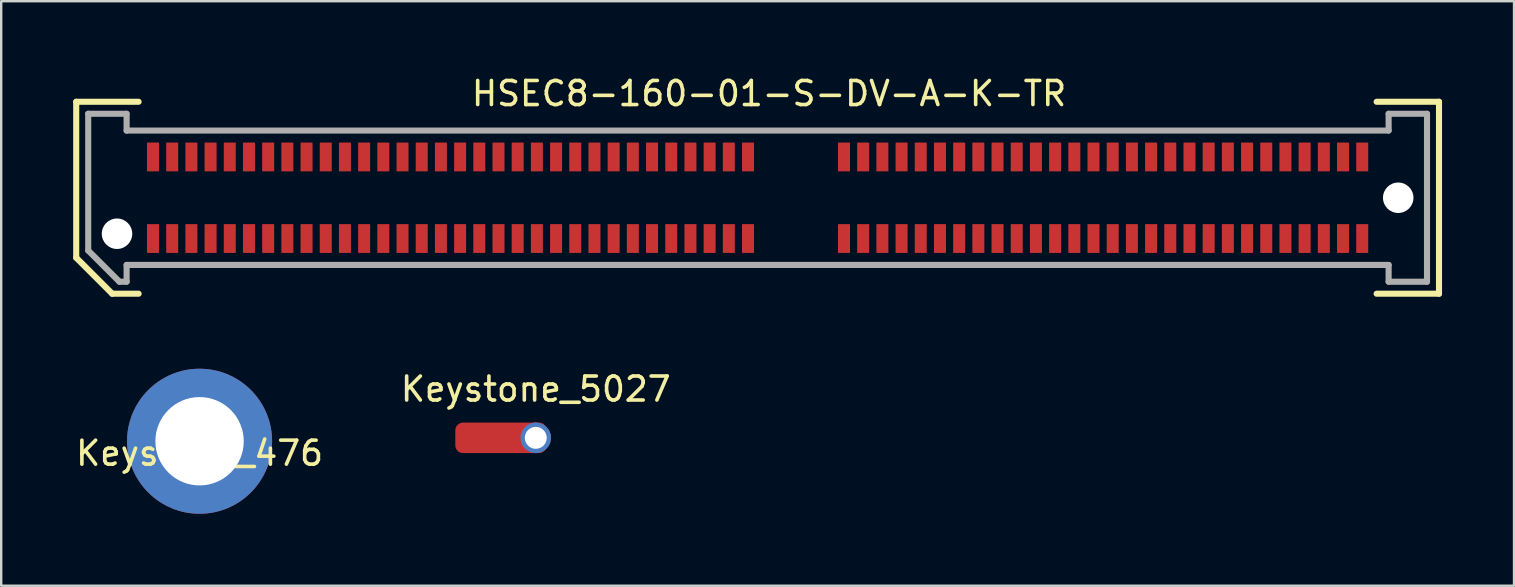
<source format=kicad_pcb>
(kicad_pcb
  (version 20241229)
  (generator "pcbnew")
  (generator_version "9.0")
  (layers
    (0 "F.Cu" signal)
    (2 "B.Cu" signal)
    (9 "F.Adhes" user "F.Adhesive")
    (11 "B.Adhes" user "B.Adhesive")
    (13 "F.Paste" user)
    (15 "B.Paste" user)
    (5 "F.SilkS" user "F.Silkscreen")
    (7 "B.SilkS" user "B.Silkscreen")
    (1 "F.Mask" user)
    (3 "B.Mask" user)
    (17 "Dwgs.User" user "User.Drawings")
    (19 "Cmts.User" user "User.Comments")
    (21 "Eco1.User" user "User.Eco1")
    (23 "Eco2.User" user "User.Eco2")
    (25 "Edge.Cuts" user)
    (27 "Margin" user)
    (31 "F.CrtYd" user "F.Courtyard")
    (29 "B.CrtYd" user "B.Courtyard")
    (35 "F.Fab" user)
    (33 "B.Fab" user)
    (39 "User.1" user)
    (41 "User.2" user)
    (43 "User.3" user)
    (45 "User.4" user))
  (footprint "Keystone_5027"
    (layer "F.Cu")
    (at 19.28 15.199)
    (property "Reference" "Keystone_5027" (at 0 -2.032 0) (layer "F.SilkS") (effects (font (size 1 1) (thickness 0.15))))
    (attr through_hole)
    (pad "1" thru_hole circle (at 0 0) (size 1.27 1.27) (drill 0.914) (layers "*.Cu" "*.Mask"))
    (pad "1" smd roundrect (at 0 0) (size 3.81 1.27) (drill (offset -1.448 0)) (layers "F.Cu" "F.Mask" "F.Paste") (roundrect_rratio 0.25)))
  (footprint "Keystone_476"
    (layer "F.Cu")
    (at 5.268 15.341)
    (property "Reference" "Keystone_476" (at 0 0.5 0) (layer "F.SilkS") (effects (font (size 1 1) (thickness 0.15))))
    (attr through_hole)
    (pad "1" thru_hole circle (at 0 0) (size 6.045 6.045) (drill 3.683) (layers "*.Cu" "*.Mask")))
  (footprint "HSEC8-160-01-S-DV-A-K-TR"
    (layer "F.Cu")
    (at 30.127 5.192)
    (property "Reference" "HSEC8-160-01-S-DV-A-K-TR" (at -1.124 -4.342 0) (layer "F.SilkS") (effects (font (size 1.002 1.002) (thickness 0.15))))
    (attr through_hole)
    (fp_line (start -30 -4) (end -27.4 -4) (stroke (width 0.254) (type solid)) (layer "F.SilkS"))
    (fp_line (start -30 2.5) (end -30 -4) (stroke (width 0.254) (type solid)) (layer "F.SilkS"))
    (fp_line (start -28.5 4) (end -30 2.5) (stroke (width 0.254) (type solid)) (layer "F.SilkS"))
    (fp_line (start -27.4 4) (end -28.5 4) (stroke (width 0.254) (type solid)) (layer "F.SilkS"))
    (fp_line (start 24.2 -4) (end 26.8 -4) (stroke (width 0.254) (type solid)) (layer "F.SilkS"))
    (fp_line (start 26.8 -4) (end 26.8 4) (stroke (width 0.254) (type solid)) (layer "F.SilkS"))
    (fp_line (start 26.8 4) (end 24.2 4) (stroke (width 0.254) (type solid)) (layer "F.SilkS"))
    (fp_line (start -29.5 -3.5) (end -27.9 -3.5) (stroke (width 0.254) (type solid)) (layer "F.Fab"))
    (fp_line (start -29.5 2.2) (end -29.5 -3.5) (stroke (width 0.254) (type solid)) (layer "F.Fab"))
    (fp_line (start -28.2 3.5) (end -29.5 2.2) (stroke (width 0.254) (type solid)) (layer "F.Fab"))
    (fp_line (start -27.9 -3.5) (end -27.9 -2.8) (stroke (width 0.254) (type solid)) (layer "F.Fab"))
    (fp_line (start -27.9 -2.8) (end 24.7 -2.8) (stroke (width 0.254) (type solid)) (layer "F.Fab"))
    (fp_line (start -27.9 2.8) (end -27.9 3.5) (stroke (width 0.254) (type solid)) (layer "F.Fab"))
    (fp_line (start -27.9 3.5) (end -28.2 3.5) (stroke (width 0.254) (type solid)) (layer "F.Fab"))
    (fp_line (start 24.7 -3.5) (end 26.3 -3.5) (stroke (width 0.254) (type solid)) (layer "F.Fab"))
    (fp_line (start 24.7 -2.8) (end 24.7 -3.5) (stroke (width 0.254) (type solid)) (layer "F.Fab"))
    (fp_line (start 24.7 2.8) (end -27.9 2.8) (stroke (width 0.254) (type solid)) (layer "F.Fab"))
    (fp_line (start 24.7 3.5) (end 24.7 2.8) (stroke (width 0.254) (type solid)) (layer "F.Fab"))
    (fp_line (start 26.3 -3.5) (end 26.3 3.5) (stroke (width 0.254) (type solid)) (layer "F.Fab"))
    (fp_line (start 26.3 3.5) (end 24.7 3.5) (stroke (width 0.254) (type solid)) (layer "F.Fab"))
    (pad "" np_thru_hole circle (at -28.3 1.5) (size 1.27 1.27) (drill 1.27) (layers "*.Cu" "*.Mask"))
    (pad "" np_thru_hole circle (at 25.1 0) (size 1.27 1.27) (drill 1.27) (layers "*.Cu" "*.Mask"))
    (pad "1" smd rect (at -26.8 1.7) (size 0.5 1.2) (layers "F.Cu" "F.Mask" "F.Paste"))
    (pad "2" smd rect (at -26.8 -1.7) (size 0.5 1.2) (layers "F.Cu" "F.Mask" "F.Paste"))
    (pad "3" smd rect (at -26 1.7) (size 0.5 1.2) (layers "F.Cu" "F.Mask" "F.Paste"))
    (pad "4" smd rect (at -26 -1.7) (size 0.5 1.2) (layers "F.Cu" "F.Mask" "F.Paste"))
    (pad "5" smd rect (at -25.2 1.7) (size 0.5 1.2) (layers "F.Cu" "F.Mask" "F.Paste"))
    (pad "6" smd rect (at -25.2 -1.7) (size 0.5 1.2) (layers "F.Cu" "F.Mask" "F.Paste"))
    (pad "7" smd rect (at -24.4 1.7) (size 0.5 1.2) (layers "F.Cu" "F.Mask" "F.Paste"))
    (pad "8" smd rect (at -24.4 -1.7) (size 0.5 1.2) (layers "F.Cu" "F.Mask" "F.Paste"))
    (pad "9" smd rect (at -23.6 1.7) (size 0.5 1.2) (layers "F.Cu" "F.Mask" "F.Paste"))
    (pad "10" smd rect (at -23.6 -1.7) (size 0.5 1.2) (layers "F.Cu" "F.Mask" "F.Paste"))
    (pad "11" smd rect (at -22.8 1.7) (size 0.5 1.2) (layers "F.Cu" "F.Mask" "F.Paste"))
    (pad "12" smd rect (at -22.8 -1.7) (size 0.5 1.2) (layers "F.Cu" "F.Mask" "F.Paste"))
    (pad "13" smd rect (at -22 1.7) (size 0.5 1.2) (layers "F.Cu" "F.Mask" "F.Paste"))
    (pad "14" smd rect (at -22 -1.7) (size 0.5 1.2) (layers "F.Cu" "F.Mask" "F.Paste"))
    (pad "15" smd rect (at -21.2 1.7) (size 0.5 1.2) (layers "F.Cu" "F.Mask" "F.Paste"))
    (pad "16" smd rect (at -21.2 -1.7) (size 0.5 1.2) (layers "F.Cu" "F.Mask" "F.Paste"))
    (pad "17" smd rect (at -20.4 1.7) (size 0.5 1.2) (layers "F.Cu" "F.Mask" "F.Paste"))
    (pad "18" smd rect (at -20.4 -1.7) (size 0.5 1.2) (layers "F.Cu" "F.Mask" "F.Paste"))
    (pad "19" smd rect (at -19.6 1.7) (size 0.5 1.2) (layers "F.Cu" "F.Mask" "F.Paste"))
    (pad "20" smd rect (at -19.6 -1.7) (size 0.5 1.2) (layers "F.Cu" "F.Mask" "F.Paste"))
    (pad "21" smd rect (at -18.8 1.7) (size 0.5 1.2) (layers "F.Cu" "F.Mask" "F.Paste"))
    (pad "22" smd rect (at -18.8 -1.7) (size 0.5 1.2) (layers "F.Cu" "F.Mask" "F.Paste"))
    (pad "23" smd rect (at -18 1.7) (size 0.5 1.2) (layers "F.Cu" "F.Mask" "F.Paste"))
    (pad "24" smd rect (at -18 -1.7) (size 0.5 1.2) (layers "F.Cu" "F.Mask" "F.Paste"))
    (pad "25" smd rect (at -17.2 1.7) (size 0.5 1.2) (layers "F.Cu" "F.Mask" "F.Paste"))
    (pad "26" smd rect (at -17.2 -1.7) (size 0.5 1.2) (layers "F.Cu" "F.Mask" "F.Paste"))
    (pad "27" smd rect (at -16.4 1.7) (size 0.5 1.2) (layers "F.Cu" "F.Mask" "F.Paste"))
    (pad "28" smd rect (at -16.4 -1.7) (size 0.5 1.2) (layers "F.Cu" "F.Mask" "F.Paste"))
    (pad "29" smd rect (at -15.6 1.7) (size 0.5 1.2) (layers "F.Cu" "F.Mask" "F.Paste"))
    (pad "30" smd rect (at -15.6 -1.7) (size 0.5 1.2) (layers "F.Cu" "F.Mask" "F.Paste"))
    (pad "31" smd rect (at -14.8 1.7) (size 0.5 1.2) (layers "F.Cu" "F.Mask" "F.Paste"))
    (pad "32" smd rect (at -14.8 -1.7) (size 0.5 1.2) (layers "F.Cu" "F.Mask" "F.Paste"))
    (pad "33" smd rect (at -14 1.7) (size 0.5 1.2) (layers "F.Cu" "F.Mask" "F.Paste"))
    (pad "34" smd rect (at -14 -1.7) (size 0.5 1.2) (layers "F.Cu" "F.Mask" "F.Paste"))
    (pad "35" smd rect (at -13.2 1.7) (size 0.5 1.2) (layers "F.Cu" "F.Mask" "F.Paste"))
    (pad "36" smd rect (at -13.2 -1.7) (size 0.5 1.2) (layers "F.Cu" "F.Mask" "F.Paste"))
    (pad "37" smd rect (at -12.4 1.7) (size 0.5 1.2) (layers "F.Cu" "F.Mask" "F.Paste"))
    (pad "38" smd rect (at -12.4 -1.7) (size 0.5 1.2) (layers "F.Cu" "F.Mask" "F.Paste"))
    (pad "39" smd rect (at -11.6 1.7) (size 0.5 1.2) (layers "F.Cu" "F.Mask" "F.Paste"))
    (pad "40" smd rect (at -11.6 -1.7) (size 0.5 1.2) (layers "F.Cu" "F.Mask" "F.Paste"))
    (pad "41" smd rect (at -10.8 1.7) (size 0.5 1.2) (layers "F.Cu" "F.Mask" "F.Paste"))
    (pad "42" smd rect (at -10.8 -1.7) (size 0.5 1.2) (layers "F.Cu" "F.Mask" "F.Paste"))
    (pad "43" smd rect (at -10 1.7) (size 0.5 1.2) (layers "F.Cu" "F.Mask" "F.Paste"))
    (pad "44" smd rect (at -10 -1.7) (size 0.5 1.2) (layers "F.Cu" "F.Mask" "F.Paste"))
    (pad "45" smd rect (at -9.2 1.7) (size 0.5 1.2) (layers "F.Cu" "F.Mask" "F.Paste"))
    (pad "46" smd rect (at -9.2 -1.7) (size 0.5 1.2) (layers "F.Cu" "F.Mask" "F.Paste"))
    (pad "47" smd rect (at -8.4 1.7) (size 0.5 1.2) (layers "F.Cu" "F.Mask" "F.Paste"))
    (pad "48" smd rect (at -8.4 -1.7) (size 0.5 1.2) (layers "F.Cu" "F.Mask" "F.Paste"))
    (pad "49" smd rect (at -7.6 1.7) (size 0.5 1.2) (layers "F.Cu" "F.Mask" "F.Paste"))
    (pad "50" smd rect (at -7.6 -1.7) (size 0.5 1.2) (layers "F.Cu" "F.Mask" "F.Paste"))
    (pad "51" smd rect (at -6.8 1.7) (size 0.5 1.2) (layers "F.Cu" "F.Mask" "F.Paste"))
    (pad "52" smd rect (at -6.8 -1.7) (size 0.5 1.2) (layers "F.Cu" "F.Mask" "F.Paste"))
    (pad "53" smd rect (at -6 1.7) (size 0.5 1.2) (layers "F.Cu" "F.Mask" "F.Paste"))
    (pad "54" smd rect (at -6 -1.7) (size 0.5 1.2) (layers "F.Cu" "F.Mask" "F.Paste"))
    (pad "55" smd rect (at -5.2 1.7) (size 0.5 1.2) (layers "F.Cu" "F.Mask" "F.Paste"))
    (pad "56" smd rect (at -5.2 -1.7) (size 0.5 1.2) (layers "F.Cu" "F.Mask" "F.Paste"))
    (pad "57" smd rect (at -4.4 1.7) (size 0.5 1.2) (layers "F.Cu" "F.Mask" "F.Paste"))
    (pad "58" smd rect (at -4.4 -1.7) (size 0.5 1.2) (layers "F.Cu" "F.Mask" "F.Paste"))
    (pad "59" smd rect (at -3.6 1.7) (size 0.5 1.2) (layers "F.Cu" "F.Mask" "F.Paste"))
    (pad "60" smd rect (at -3.6 -1.7) (size 0.5 1.2) (layers "F.Cu" "F.Mask" "F.Paste"))
    (pad "61" smd rect (at -2.8 1.7) (size 0.5 1.2) (layers "F.Cu" "F.Mask" "F.Paste"))
    (pad "62" smd rect (at -2.8 -1.7) (size 0.5 1.2) (layers "F.Cu" "F.Mask" "F.Paste"))
    (pad "63" smd rect (at -2 1.7) (size 0.5 1.2) (layers "F.Cu" "F.Mask" "F.Paste"))
    (pad "64" smd rect (at -2 -1.7) (size 0.5 1.2) (layers "F.Cu" "F.Mask" "F.Paste"))
    (pad "65" smd rect (at 2 1.7) (size 0.5 1.2) (layers "F.Cu" "F.Mask" "F.Paste"))
    (pad "66" smd rect (at 2 -1.7) (size 0.5 1.2) (layers "F.Cu" "F.Mask" "F.Paste"))
    (pad "67" smd rect (at 2.8 1.7) (size 0.5 1.2) (layers "F.Cu" "F.Mask" "F.Paste"))
    (pad "68" smd rect (at 2.8 -1.7) (size 0.5 1.2) (layers "F.Cu" "F.Mask" "F.Paste"))
    (pad "69" smd rect (at 3.6 1.7) (size 0.5 1.2) (layers "F.Cu" "F.Mask" "F.Paste"))
    (pad "70" smd rect (at 3.6 -1.7) (size 0.5 1.2) (layers "F.Cu" "F.Mask" "F.Paste"))
    (pad "71" smd rect (at 4.4 1.7) (size 0.5 1.2) (layers "F.Cu" "F.Mask" "F.Paste"))
    (pad "72" smd rect (at 4.4 -1.7) (size 0.5 1.2) (layers "F.Cu" "F.Mask" "F.Paste"))
    (pad "73" smd rect (at 5.2 1.7) (size 0.5 1.2) (layers "F.Cu" "F.Mask" "F.Paste"))
    (pad "74" smd rect (at 5.2 -1.7) (size 0.5 1.2) (layers "F.Cu" "F.Mask" "F.Paste"))
    (pad "75" smd rect (at 6 1.7) (size 0.5 1.2) (layers "F.Cu" "F.Mask" "F.Paste"))
    (pad "76" smd rect (at 6 -1.7) (size 0.5 1.2) (layers "F.Cu" "F.Mask" "F.Paste"))
    (pad "77" smd rect (at 6.8 1.7) (size 0.5 1.2) (layers "F.Cu" "F.Mask" "F.Paste"))
    (pad "78" smd rect (at 6.8 -1.7) (size 0.5 1.2) (layers "F.Cu" "F.Mask" "F.Paste"))
    (pad "79" smd rect (at 7.6 1.7) (size 0.5 1.2) (layers "F.Cu" "F.Mask" "F.Paste"))
    (pad "80" smd rect (at 7.6 -1.7) (size 0.5 1.2) (layers "F.Cu" "F.Mask" "F.Paste"))
    (pad "81" smd rect (at 8.4 1.7) (size 0.5 1.2) (layers "F.Cu" "F.Mask" "F.Paste"))
    (pad "82" smd rect (at 8.4 -1.7) (size 0.5 1.2) (layers "F.Cu" "F.Mask" "F.Paste"))
    (pad "83" smd rect (at 9.2 1.7) (size 0.5 1.2) (layers "F.Cu" "F.Mask" "F.Paste"))
    (pad "84" smd rect (at 9.2 -1.7) (size 0.5 1.2) (layers "F.Cu" "F.Mask" "F.Paste"))
    (pad "85" smd rect (at 10 1.7) (size 0.5 1.2) (layers "F.Cu" "F.Mask" "F.Paste"))
    (pad "86" smd rect (at 10 -1.7) (size 0.5 1.2) (layers "F.Cu" "F.Mask" "F.Paste"))
    (pad "87" smd rect (at 10.8 1.7) (size 0.5 1.2) (layers "F.Cu" "F.Mask" "F.Paste"))
    (pad "88" smd rect (at 10.8 -1.7) (size 0.5 1.2) (layers "F.Cu" "F.Mask" "F.Paste"))
    (pad "89" smd rect (at 11.6 1.7) (size 0.5 1.2) (layers "F.Cu" "F.Mask" "F.Paste"))
    (pad "90" smd rect (at 11.6 -1.7) (size 0.5 1.2) (layers "F.Cu" "F.Mask" "F.Paste"))
    (pad "91" smd rect (at 12.4 1.7) (size 0.5 1.2) (layers "F.Cu" "F.Mask" "F.Paste"))
    (pad "92" smd rect (at 12.4 -1.7) (size 0.5 1.2) (layers "F.Cu" "F.Mask" "F.Paste"))
    (pad "93" smd rect (at 13.2 1.7) (size 0.5 1.2) (layers "F.Cu" "F.Mask" "F.Paste"))
    (pad "94" smd rect (at 13.2 -1.7) (size 0.5 1.2) (layers "F.Cu" "F.Mask" "F.Paste"))
    (pad "95" smd rect (at 14 1.7) (size 0.5 1.2) (layers "F.Cu" "F.Mask" "F.Paste"))
    (pad "96" smd rect (at 14 -1.7) (size 0.5 1.2) (layers "F.Cu" "F.Mask" "F.Paste"))
    (pad "97" smd rect (at 14.8 1.7) (size 0.5 1.2) (layers "F.Cu" "F.Mask" "F.Paste"))
    (pad "98" smd rect (at 14.8 -1.7) (size 0.5 1.2) (layers "F.Cu" "F.Mask" "F.Paste"))
    (pad "99" smd rect (at 15.6 1.7) (size 0.5 1.2) (layers "F.Cu" "F.Mask" "F.Paste"))
    (pad "100" smd rect (at 15.6 -1.7) (size 0.5 1.2) (layers "F.Cu" "F.Mask" "F.Paste"))
    (pad "101" smd rect (at 16.4 1.7) (size 0.5 1.2) (layers "F.Cu" "F.Mask" "F.Paste"))
    (pad "102" smd rect (at 16.4 -1.7) (size 0.5 1.2) (layers "F.Cu" "F.Mask" "F.Paste"))
    (pad "103" smd rect (at 17.2 1.7) (size 0.5 1.2) (layers "F.Cu" "F.Mask" "F.Paste"))
    (pad "104" smd rect (at 17.2 -1.7) (size 0.5 1.2) (layers "F.Cu" "F.Mask" "F.Paste"))
    (pad "105" smd rect (at 18 1.7) (size 0.5 1.2) (layers "F.Cu" "F.Mask" "F.Paste"))
    (pad "106" smd rect (at 18 -1.7) (size 0.5 1.2) (layers "F.Cu" "F.Mask" "F.Paste"))
    (pad "107" smd rect (at 18.8 1.7) (size 0.5 1.2) (layers "F.Cu" "F.Mask" "F.Paste"))
    (pad "108" smd rect (at 18.8 -1.7) (size 0.5 1.2) (layers "F.Cu" "F.Mask" "F.Paste"))
    (pad "109" smd rect (at 19.6 1.7) (size 0.5 1.2) (layers "F.Cu" "F.Mask" "F.Paste"))
    (pad "110" smd rect (at 19.6 -1.7) (size 0.5 1.2) (layers "F.Cu" "F.Mask" "F.Paste"))
    (pad "111" smd rect (at 20.4 1.7) (size 0.5 1.2) (layers "F.Cu" "F.Mask" "F.Paste"))
    (pad "112" smd rect (at 20.4 -1.7) (size 0.5 1.2) (layers "F.Cu" "F.Mask" "F.Paste"))
    (pad "113" smd rect (at 21.2 1.7) (size 0.5 1.2) (layers "F.Cu" "F.Mask" "F.Paste"))
    (pad "114" smd rect (at 21.2 -1.7) (size 0.5 1.2) (layers "F.Cu" "F.Mask" "F.Paste"))
    (pad "115" smd rect (at 22 1.7) (size 0.5 1.2) (layers "F.Cu" "F.Mask" "F.Paste"))
    (pad "116" smd rect (at 22 -1.7) (size 0.5 1.2) (layers "F.Cu" "F.Mask" "F.Paste"))
    (pad "117" smd rect (at 22.8 1.7) (size 0.5 1.2) (layers "F.Cu" "F.Mask" "F.Paste"))
    (pad "118" smd rect (at 22.8 -1.7) (size 0.5 1.2) (layers "F.Cu" "F.Mask" "F.Paste"))
    (pad "119" smd rect (at 23.6 1.7) (size 0.5 1.2) (layers "F.Cu" "F.Mask" "F.Paste"))
    (pad "120" smd rect (at 23.6 -1.7) (size 0.5 1.2) (layers "F.Cu" "F.Mask" "F.Paste")))
  (gr_rect
    (start -3 -3)
    (end 60.054 21.364)
    (stroke (width 0.1) (type default))
    (fill no)
    (layer "Edge.Cuts")))
</source>
